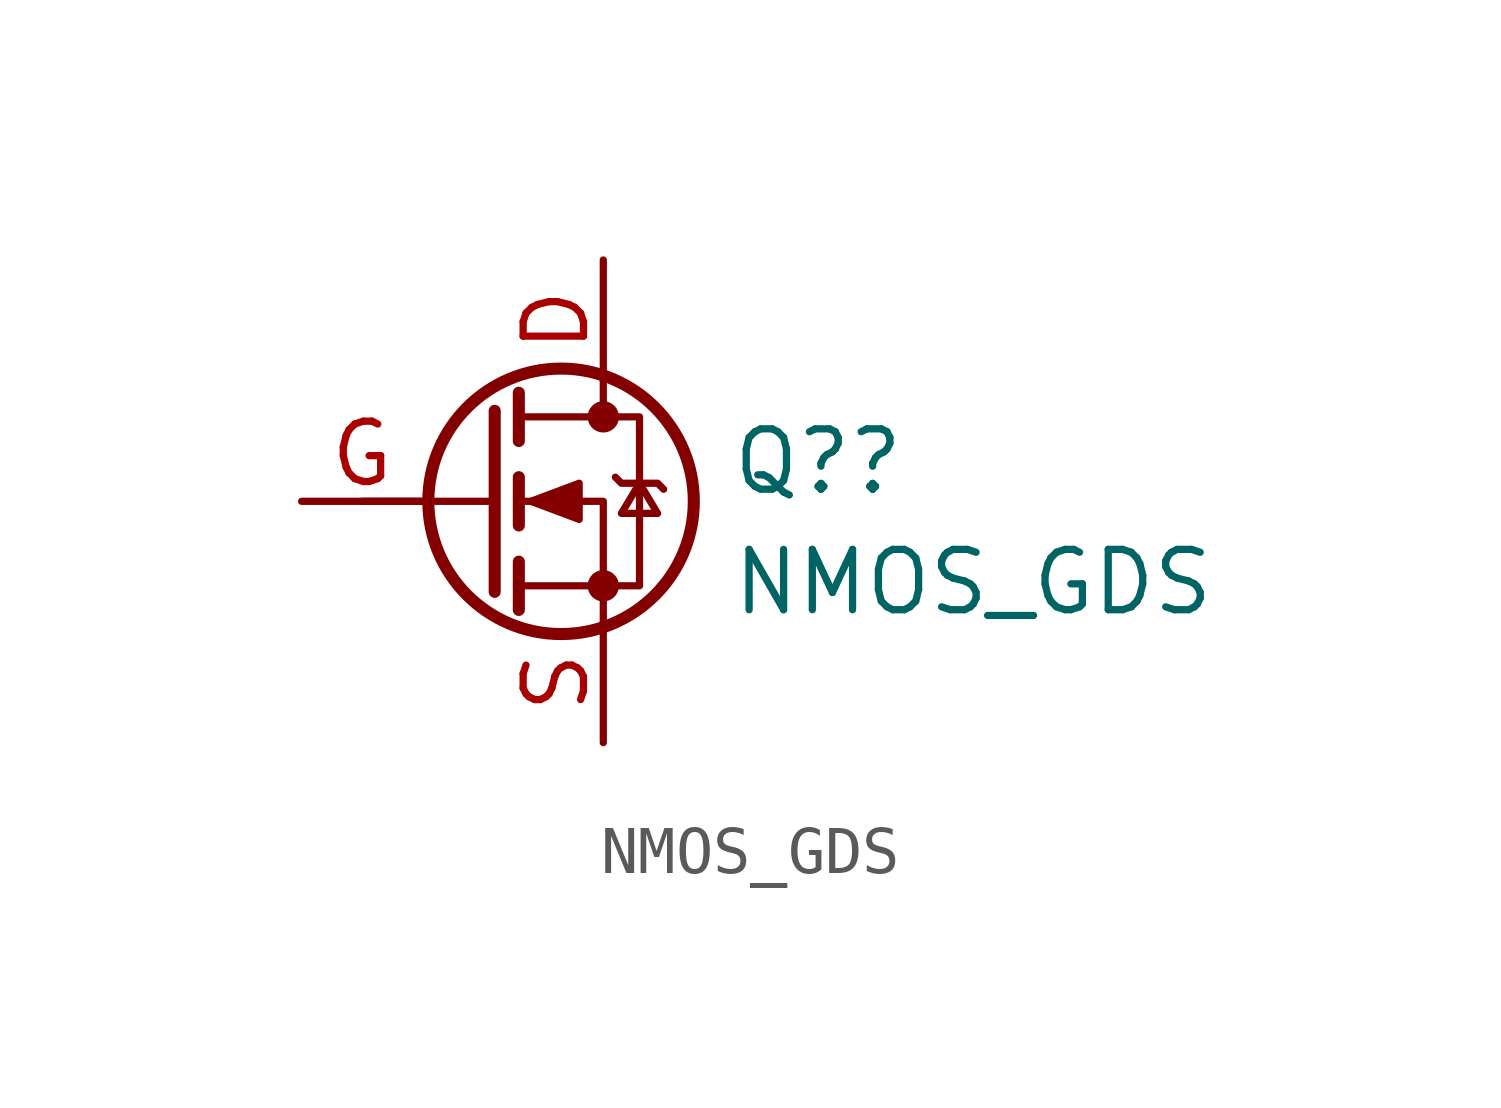
<source format=kicad_sym>
(kicad_symbol_lib
  (version 20211014)
  (generator kicad_symbol_editor)
  (symbol "NMOS_GDS"
    (pin_names hide)
    (property "Reference" "Q?"
      (at 5.207 0.835 0)
      (effects (font (size 1.27 1.27)) (justify left)))
    (property "Value" "NMOS_GDS"
      (at 5.207 -1.702 0)
      (effects (font (size 1.27 1.27)) (justify left)))
    (symbol "NMOS_GDS_0_1"
      (polyline (pts (xy 0.254 0) (xy -2.54 0)) (stroke (width 0) (type default) (color 0 0 0 0)) (fill (type none)))
      (polyline (pts (xy 0.254 1.905) (xy 0.254 -1.905)) (stroke (width 0.254) (type default) (color 0 0 0 0)) (fill (type none)))
      (polyline (pts (xy 0.762 -1.27) (xy 0.762 -2.286)) (stroke (width 0.254) (type default) (color 0 0 0 0)) (fill (type none)))
      (polyline (pts (xy 0.762 0.508) (xy 0.762 -0.508)) (stroke (width 0.254) (type default) (color 0 0 0 0)) (fill (type none)))
      (polyline (pts (xy 0.762 2.286) (xy 0.762 1.27)) (stroke (width 0.254) (type default) (color 0 0 0 0)) (fill (type none)))
      (polyline (pts (xy 2.54 2.54) (xy 2.54 1.778)) (stroke (width 0) (type default) (color 0 0 0 0)) (fill (type none)))
      (polyline (pts (xy 2.54 -2.54) (xy 2.54 0) (xy 0.762 0)) (stroke (width 0) (type default) (color 0 0 0 0)) (fill (type none)))
      (polyline (pts (xy 0.762 -1.778) (xy 3.302 -1.778) (xy 3.302 1.778) (xy 0.762 1.778)) (stroke (width 0) (type default) (color 0 0 0 0)) (fill (type none)))
      (polyline (pts (xy 1.016 0) (xy 2.032 0.381) (xy 2.032 -0.381) (xy 1.016 0)) (stroke (width 0) (type default) (color 0 0 0 0)) (fill (type outline)))
      (polyline (pts (xy 2.794 0.508) (xy 2.921 0.381) (xy 3.683 0.381) (xy 3.81 0.254)) (stroke (width 0) (type default) (color 0 0 0 0)) (fill (type none)))
      (polyline (pts (xy 3.302 0.381) (xy 2.921 -0.254) (xy 3.683 -0.254) (xy 3.302 0.381)) (stroke (width 0) (type default) (color 0 0 0 0)) (fill (type none)))
      (circle (center 1.651 0) (radius 2.794) (stroke (width 0.254) (type default) (color 0 0 0 0)) (fill (type none)))
      (circle (center 2.54 -1.778) (radius 0.254) (stroke (width 0) (type default) (color 0 0 0 0)) (fill (type outline)))
      (circle (center 2.54 1.778) (radius 0.254) (stroke (width 0) (type default) (color 0 0 0 0)) (fill (type outline))))
    (symbol "NMOS_GDS_1_1"
      (pin passive line (at 2.54 5.08 270) (length 2.54) (name "D" (effects (font (size 1.27 1.27)))) (number "D" (effects (font (size 1.27 1.27)))))
      (pin input line (at -3.81 0 0) (length 2.54) (name "G" (effects (font (size 1.27 1.27)))) (number "G" (effects (font (size 1.27 1.27)))))
      (pin passive line (at 2.54 -5.08 90) (length 2.54) (name "S" (effects (font (size 1.27 1.27)))) (number "S" (effects (font (size 1.27 1.27))))))))
</source>
